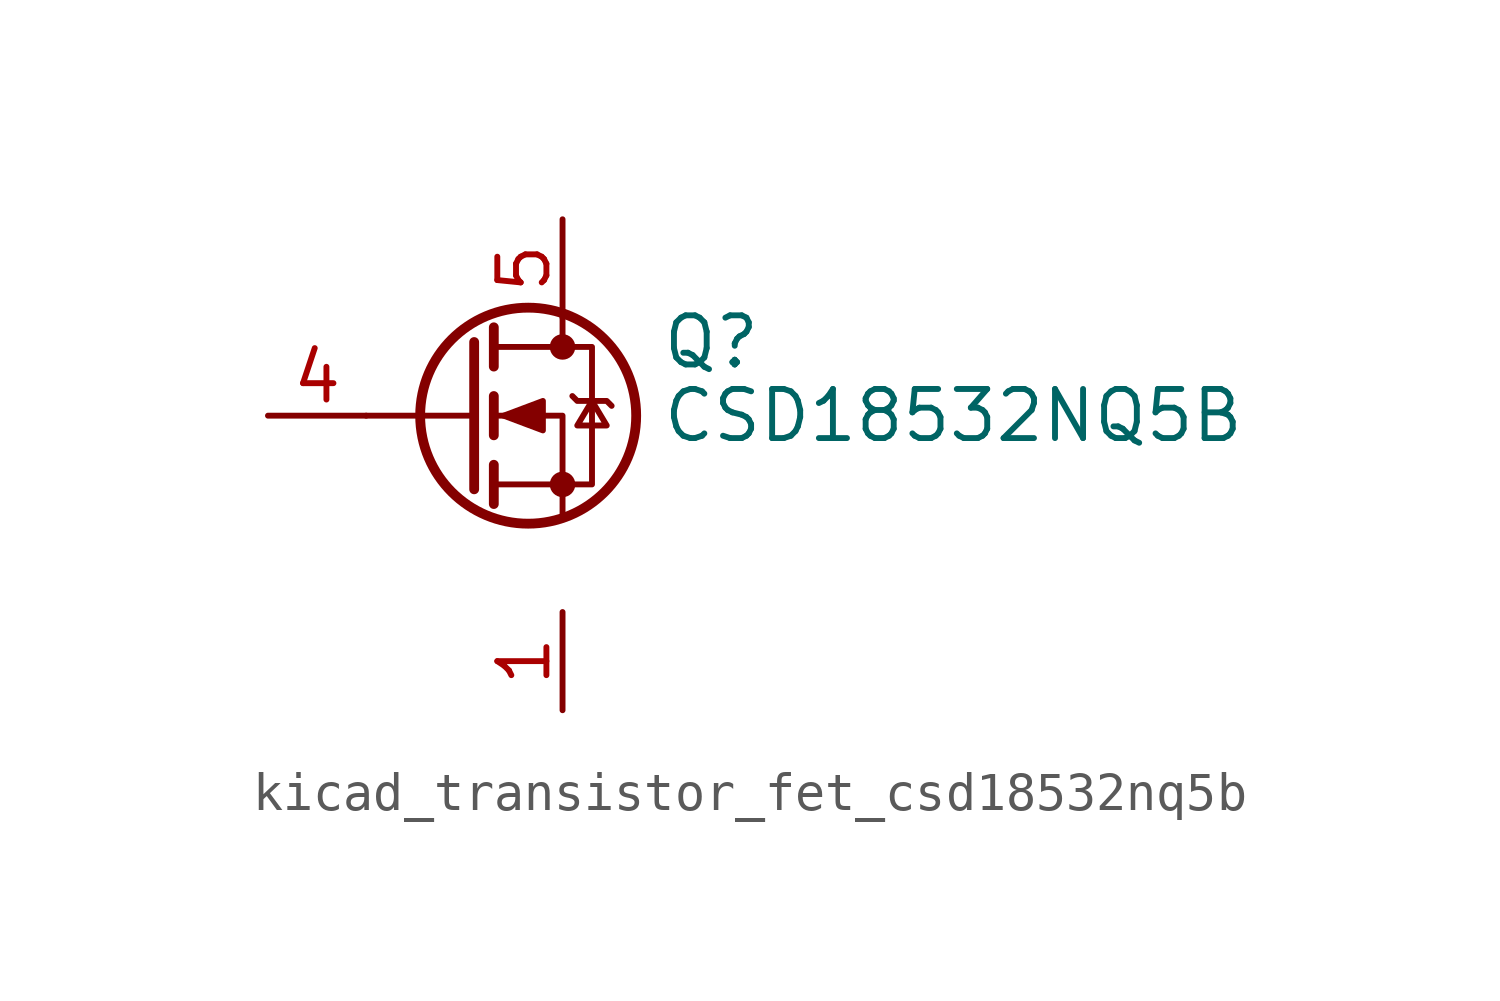
<source format=kicad_sym>
(kicad_symbol_lib
  (version 20220914)
  (generator kicad_symbol_editor)
  (symbol "kicad_transistor_fet_csd18532nq5b"
    (pin_names hide)
    (property "Reference" "Q"
      (at 5.08 1.905 0)
      (effects (font (size 1.27 1.27)) (justify left)))
    (property "Value" "CSD18532NQ5B"
      (at 5.08 0 0)
      (effects (font (size 1.27 1.27)) (justify left)))
    (symbol "kicad_transistor_fet_csd18532nq5b_0_1"
      (polyline (pts (xy 0.254 0) (xy -2.54 0)) (stroke (width 0) (type default)) (fill (type none)))
      (polyline (pts (xy 0.254 1.905) (xy 0.254 -1.905)) (stroke (width 0.254) (type default)) (fill (type none)))
      (polyline (pts (xy 0.762 -1.27) (xy 0.762 -2.286)) (stroke (width 0.254) (type default)) (fill (type none)))
      (polyline (pts (xy 0.762 0.508) (xy 0.762 -0.508)) (stroke (width 0.254) (type default)) (fill (type none)))
      (polyline (pts (xy 0.762 2.286) (xy 0.762 1.27)) (stroke (width 0.254) (type default)) (fill (type none)))
      (polyline (pts (xy 2.54 2.54) (xy 2.54 1.778)) (stroke (width 0) (type default)) (fill (type none)))
      (polyline (pts (xy 2.54 -2.54) (xy 2.54 0) (xy 0.762 0)) (stroke (width 0) (type default)) (fill (type none)))
      (polyline (pts (xy 0.762 -1.778) (xy 3.302 -1.778) (xy 3.302 1.778) (xy 0.762 1.778)) (stroke (width 0) (type default)) (fill (type none)))
      (polyline (pts (xy 1.016 0) (xy 2.032 0.381) (xy 2.032 -0.381) (xy 1.016 0)) (stroke (width 0) (type default)) (fill (type outline)))
      (polyline (pts (xy 2.794 0.508) (xy 2.921 0.381) (xy 3.683 0.381) (xy 3.81 0.254)) (stroke (width 0) (type default)) (fill (type none)))
      (polyline (pts (xy 3.302 0.381) (xy 2.921 -0.254) (xy 3.683 -0.254) (xy 3.302 0.381)) (stroke (width 0) (type default)) (fill (type none)))
      (circle (center 1.651 0) (radius 2.794) (stroke (width 0.254) (type default)) (fill (type none)))
      (circle (center 2.54 -1.778) (radius 0.254) (stroke (width 0) (type default)) (fill (type outline)))
      (circle (center 2.54 1.778) (radius 0.254) (stroke (width 0) (type default)) (fill (type outline))))
    (symbol "kicad_transistor_fet_csd18532nq5b_1_1"
      (pin passive line (at 2.54 -5.08 270) (length 2.54) (name "S" (effects (font (size 1.27 1.27)))) (number "1" (effects (font (size 1.27 1.27)))))
      (pin passive line (at 2.54 -5.08 270) (length 2.54) hide (name "S" (effects (font (size 1.27 1.27)))) (number "2" (effects (font (size 1.27 1.27)))))
      (pin passive line (at 2.54 -5.08 90) (length 2.54) hide (name "S" (effects (font (size 1.27 1.27)))) (number "3" (effects (font (size 1.27 1.27)))))
      (pin passive line (at -5.08 0 0) (length 2.54) (name "G" (effects (font (size 1.27 1.27)))) (number "4" (effects (font (size 1.27 1.27)))))
      (pin passive line (at 2.54 5.08 270) (length 2.54) (name "D" (effects (font (size 1.27 1.27)))) (number "5" (effects (font (size 1.27 1.27))))))))
</source>
